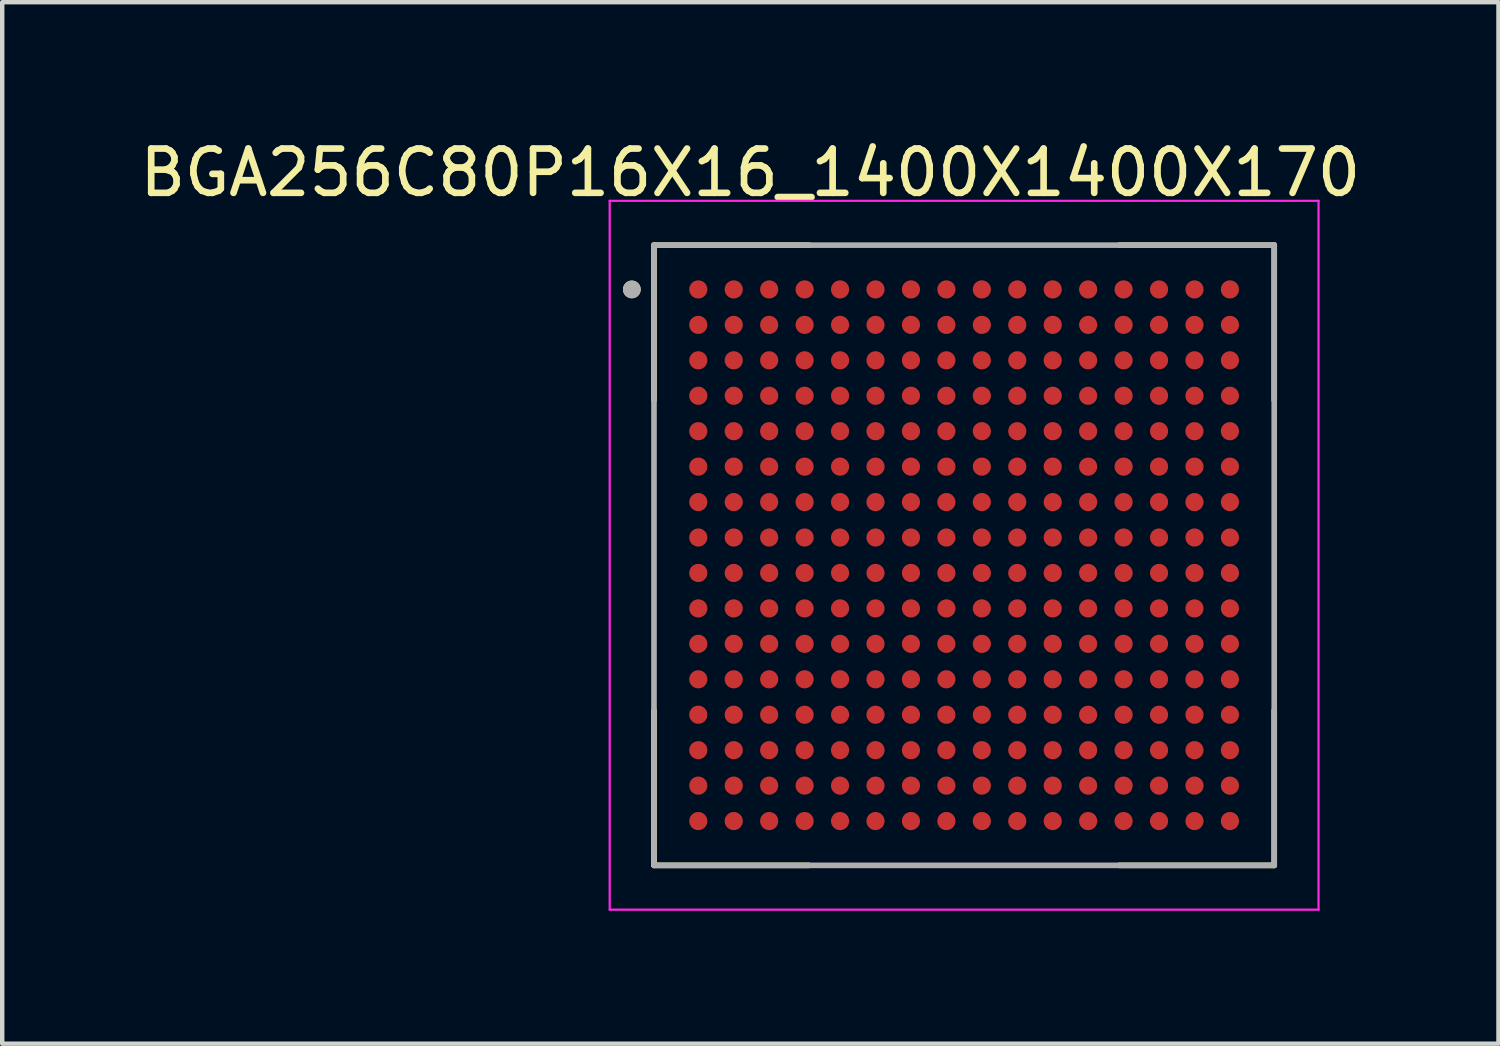
<source format=kicad_pcb>
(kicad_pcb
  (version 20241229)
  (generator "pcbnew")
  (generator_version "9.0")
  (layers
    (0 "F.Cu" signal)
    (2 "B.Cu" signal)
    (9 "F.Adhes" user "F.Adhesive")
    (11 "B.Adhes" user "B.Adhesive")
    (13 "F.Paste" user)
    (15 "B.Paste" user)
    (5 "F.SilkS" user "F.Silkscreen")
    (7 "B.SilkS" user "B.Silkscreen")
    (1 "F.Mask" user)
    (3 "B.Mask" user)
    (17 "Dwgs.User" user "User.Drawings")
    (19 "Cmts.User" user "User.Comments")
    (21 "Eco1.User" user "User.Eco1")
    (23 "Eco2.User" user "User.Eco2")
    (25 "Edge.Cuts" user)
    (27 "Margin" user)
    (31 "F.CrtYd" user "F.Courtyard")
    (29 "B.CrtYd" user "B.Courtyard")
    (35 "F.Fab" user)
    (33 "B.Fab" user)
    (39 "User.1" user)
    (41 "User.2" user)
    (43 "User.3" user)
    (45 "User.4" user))
  (footprint "BGA256C80P16X16_1400X1400X170"
    (layer "F.Cu")
    (at 18.712 9.483)
    (property "Reference" "BGA256C80P16X16_1400X1400X170" (at -4.825 -8.635 0) (layer "F.SilkS") (effects (font (size 1 1) (thickness 0.15))))
    (attr smd)
    (fp_line (start -7 -7) (end -7 -3.5) (stroke (width 0.127) (type solid)) (layer "F.SilkS"))
    (fp_line (start -7 -7) (end -3.5 -7) (stroke (width 0.127) (type solid)) (layer "F.SilkS"))
    (fp_line (start -7 7) (end -7 3.5) (stroke (width 0.127) (type solid)) (layer "F.SilkS"))
    (fp_line (start -7 7) (end -3.5 7) (stroke (width 0.127) (type solid)) (layer "F.SilkS"))
    (fp_line (start 7 -7) (end 3.5 -7) (stroke (width 0.127) (type solid)) (layer "F.SilkS"))
    (fp_line (start 7 -7) (end 7 -3.5) (stroke (width 0.127) (type solid)) (layer "F.SilkS"))
    (fp_line (start 7 7) (end 3.5 7) (stroke (width 0.127) (type solid)) (layer "F.SilkS"))
    (fp_line (start 7 7) (end 7 3.5) (stroke (width 0.127) (type solid)) (layer "F.SilkS"))
    (fp_circle (center -7.5 -6) (end -7.4 -6) (stroke (width 0.2) (type solid)) (fill no) (layer "F.SilkS"))
    (fp_line (start -8 -8) (end 8 -8) (stroke (width 0.05) (type solid)) (layer "F.CrtYd"))
    (fp_line (start -8 8) (end -8 -8) (stroke (width 0.05) (type solid)) (layer "F.CrtYd"))
    (fp_line (start -8 8) (end 8 8) (stroke (width 0.05) (type solid)) (layer "F.CrtYd"))
    (fp_line (start 8 8) (end 8 -8) (stroke (width 0.05) (type solid)) (layer "F.CrtYd"))
    (fp_line (start -7 7) (end -7 -7) (stroke (width 0.127) (type solid)) (layer "F.Fab"))
    (fp_line (start 7 -7) (end -7 -7) (stroke (width 0.127) (type solid)) (layer "F.Fab"))
    (fp_line (start 7 7) (end -7 7) (stroke (width 0.127) (type solid)) (layer "F.Fab"))
    (fp_line (start 7 7) (end 7 -7) (stroke (width 0.127) (type solid)) (layer "F.Fab"))
    (fp_circle (center -7.5 -6) (end -7.4 -6) (stroke (width 0.2) (type solid)) (fill no) (layer "F.Fab"))
    (pad "A1" smd circle (at -6 -6) (size 0.41 0.41) (layers "F.Cu" "F.Mask" "F.Paste"))
    (pad "A2" smd circle (at -5.2 -6) (size 0.41 0.41) (layers "F.Cu" "F.Mask" "F.Paste"))
    (pad "A3" smd circle (at -4.4 -6) (size 0.41 0.41) (layers "F.Cu" "F.Mask" "F.Paste"))
    (pad "A4" smd circle (at -3.6 -6) (size 0.41 0.41) (layers "F.Cu" "F.Mask" "F.Paste"))
    (pad "A5" smd circle (at -2.8 -6) (size 0.41 0.41) (layers "F.Cu" "F.Mask" "F.Paste"))
    (pad "A6" smd circle (at -2 -6) (size 0.41 0.41) (layers "F.Cu" "F.Mask" "F.Paste"))
    (pad "A7" smd circle (at -1.2 -6) (size 0.41 0.41) (layers "F.Cu" "F.Mask" "F.Paste"))
    (pad "A8" smd circle (at -0.4 -6) (size 0.41 0.41) (layers "F.Cu" "F.Mask" "F.Paste"))
    (pad "A9" smd circle (at 0.4 -6) (size 0.41 0.41) (layers "F.Cu" "F.Mask" "F.Paste"))
    (pad "A10" smd circle (at 1.2 -6) (size 0.41 0.41) (layers "F.Cu" "F.Mask" "F.Paste"))
    (pad "A11" smd circle (at 2 -6) (size 0.41 0.41) (layers "F.Cu" "F.Mask" "F.Paste"))
    (pad "A12" smd circle (at 2.8 -6) (size 0.41 0.41) (layers "F.Cu" "F.Mask" "F.Paste"))
    (pad "A13" smd circle (at 3.6 -6) (size 0.41 0.41) (layers "F.Cu" "F.Mask" "F.Paste"))
    (pad "A14" smd circle (at 4.4 -6) (size 0.41 0.41) (layers "F.Cu" "F.Mask" "F.Paste"))
    (pad "A15" smd circle (at 5.2 -6) (size 0.41 0.41) (layers "F.Cu" "F.Mask" "F.Paste"))
    (pad "A16" smd circle (at 6 -6) (size 0.41 0.41) (layers "F.Cu" "F.Mask" "F.Paste"))
    (pad "B1" smd circle (at -6 -5.2) (size 0.41 0.41) (layers "F.Cu" "F.Mask" "F.Paste"))
    (pad "B2" smd circle (at -5.2 -5.2) (size 0.41 0.41) (layers "F.Cu" "F.Mask" "F.Paste"))
    (pad "B3" smd circle (at -4.4 -5.2) (size 0.41 0.41) (layers "F.Cu" "F.Mask" "F.Paste"))
    (pad "B4" smd circle (at -3.6 -5.2) (size 0.41 0.41) (layers "F.Cu" "F.Mask" "F.Paste"))
    (pad "B5" smd circle (at -2.8 -5.2) (size 0.41 0.41) (layers "F.Cu" "F.Mask" "F.Paste"))
    (pad "B6" smd circle (at -2 -5.2) (size 0.41 0.41) (layers "F.Cu" "F.Mask" "F.Paste"))
    (pad "B7" smd circle (at -1.2 -5.2) (size 0.41 0.41) (layers "F.Cu" "F.Mask" "F.Paste"))
    (pad "B8" smd circle (at -0.4 -5.2) (size 0.41 0.41) (layers "F.Cu" "F.Mask" "F.Paste"))
    (pad "B9" smd circle (at 0.4 -5.2) (size 0.41 0.41) (layers "F.Cu" "F.Mask" "F.Paste"))
    (pad "B10" smd circle (at 1.2 -5.2) (size 0.41 0.41) (layers "F.Cu" "F.Mask" "F.Paste"))
    (pad "B11" smd circle (at 2 -5.2) (size 0.41 0.41) (layers "F.Cu" "F.Mask" "F.Paste"))
    (pad "B12" smd circle (at 2.8 -5.2) (size 0.41 0.41) (layers "F.Cu" "F.Mask" "F.Paste"))
    (pad "B13" smd circle (at 3.6 -5.2) (size 0.41 0.41) (layers "F.Cu" "F.Mask" "F.Paste"))
    (pad "B14" smd circle (at 4.4 -5.2) (size 0.41 0.41) (layers "F.Cu" "F.Mask" "F.Paste"))
    (pad "B15" smd circle (at 5.2 -5.2) (size 0.41 0.41) (layers "F.Cu" "F.Mask" "F.Paste"))
    (pad "B16" smd circle (at 6 -5.2) (size 0.41 0.41) (layers "F.Cu" "F.Mask" "F.Paste"))
    (pad "C1" smd circle (at -6 -4.4) (size 0.41 0.41) (layers "F.Cu" "F.Mask" "F.Paste"))
    (pad "C2" smd circle (at -5.2 -4.4) (size 0.41 0.41) (layers "F.Cu" "F.Mask" "F.Paste"))
    (pad "C3" smd circle (at -4.4 -4.4) (size 0.41 0.41) (layers "F.Cu" "F.Mask" "F.Paste"))
    (pad "C4" smd circle (at -3.6 -4.4) (size 0.41 0.41) (layers "F.Cu" "F.Mask" "F.Paste"))
    (pad "C5" smd circle (at -2.8 -4.4) (size 0.41 0.41) (layers "F.Cu" "F.Mask" "F.Paste"))
    (pad "C6" smd circle (at -2 -4.4) (size 0.41 0.41) (layers "F.Cu" "F.Mask" "F.Paste"))
    (pad "C7" smd circle (at -1.2 -4.4) (size 0.41 0.41) (layers "F.Cu" "F.Mask" "F.Paste"))
    (pad "C8" smd circle (at -0.4 -4.4) (size 0.41 0.41) (layers "F.Cu" "F.Mask" "F.Paste"))
    (pad "C9" smd circle (at 0.4 -4.4) (size 0.41 0.41) (layers "F.Cu" "F.Mask" "F.Paste"))
    (pad "C10" smd circle (at 1.2 -4.4) (size 0.41 0.41) (layers "F.Cu" "F.Mask" "F.Paste"))
    (pad "C11" smd circle (at 2 -4.4) (size 0.41 0.41) (layers "F.Cu" "F.Mask" "F.Paste"))
    (pad "C12" smd circle (at 2.8 -4.4) (size 0.41 0.41) (layers "F.Cu" "F.Mask" "F.Paste"))
    (pad "C13" smd circle (at 3.6 -4.4) (size 0.41 0.41) (layers "F.Cu" "F.Mask" "F.Paste"))
    (pad "C14" smd circle (at 4.4 -4.4) (size 0.41 0.41) (layers "F.Cu" "F.Mask" "F.Paste"))
    (pad "C15" smd circle (at 5.2 -4.4) (size 0.41 0.41) (layers "F.Cu" "F.Mask" "F.Paste"))
    (pad "C16" smd circle (at 6 -4.4) (size 0.41 0.41) (layers "F.Cu" "F.Mask" "F.Paste"))
    (pad "D1" smd circle (at -6 -3.6) (size 0.41 0.41) (layers "F.Cu" "F.Mask" "F.Paste"))
    (pad "D2" smd circle (at -5.2 -3.6) (size 0.41 0.41) (layers "F.Cu" "F.Mask" "F.Paste"))
    (pad "D3" smd circle (at -4.4 -3.6) (size 0.41 0.41) (layers "F.Cu" "F.Mask" "F.Paste"))
    (pad "D4" smd circle (at -3.6 -3.6) (size 0.41 0.41) (layers "F.Cu" "F.Mask" "F.Paste"))
    (pad "D5" smd circle (at -2.8 -3.6) (size 0.41 0.41) (layers "F.Cu" "F.Mask" "F.Paste"))
    (pad "D6" smd circle (at -2 -3.6) (size 0.41 0.41) (layers "F.Cu" "F.Mask" "F.Paste"))
    (pad "D7" smd circle (at -1.2 -3.6) (size 0.41 0.41) (layers "F.Cu" "F.Mask" "F.Paste"))
    (pad "D8" smd circle (at -0.4 -3.6) (size 0.41 0.41) (layers "F.Cu" "F.Mask" "F.Paste"))
    (pad "D9" smd circle (at 0.4 -3.6) (size 0.41 0.41) (layers "F.Cu" "F.Mask" "F.Paste"))
    (pad "D10" smd circle (at 1.2 -3.6) (size 0.41 0.41) (layers "F.Cu" "F.Mask" "F.Paste"))
    (pad "D11" smd circle (at 2 -3.6) (size 0.41 0.41) (layers "F.Cu" "F.Mask" "F.Paste"))
    (pad "D12" smd circle (at 2.8 -3.6) (size 0.41 0.41) (layers "F.Cu" "F.Mask" "F.Paste"))
    (pad "D13" smd circle (at 3.6 -3.6) (size 0.41 0.41) (layers "F.Cu" "F.Mask" "F.Paste"))
    (pad "D14" smd circle (at 4.4 -3.6) (size 0.41 0.41) (layers "F.Cu" "F.Mask" "F.Paste"))
    (pad "D15" smd circle (at 5.2 -3.6) (size 0.41 0.41) (layers "F.Cu" "F.Mask" "F.Paste"))
    (pad "D16" smd circle (at 6 -3.6) (size 0.41 0.41) (layers "F.Cu" "F.Mask" "F.Paste"))
    (pad "E1" smd circle (at -6 -2.8) (size 0.41 0.41) (layers "F.Cu" "F.Mask" "F.Paste"))
    (pad "E2" smd circle (at -5.2 -2.8) (size 0.41 0.41) (layers "F.Cu" "F.Mask" "F.Paste"))
    (pad "E3" smd circle (at -4.4 -2.8) (size 0.41 0.41) (layers "F.Cu" "F.Mask" "F.Paste"))
    (pad "E4" smd circle (at -3.6 -2.8) (size 0.41 0.41) (layers "F.Cu" "F.Mask" "F.Paste"))
    (pad "E5" smd circle (at -2.8 -2.8) (size 0.41 0.41) (layers "F.Cu" "F.Mask" "F.Paste"))
    (pad "E6" smd circle (at -2 -2.8) (size 0.41 0.41) (layers "F.Cu" "F.Mask" "F.Paste"))
    (pad "E7" smd circle (at -1.2 -2.8) (size 0.41 0.41) (layers "F.Cu" "F.Mask" "F.Paste"))
    (pad "E8" smd circle (at -0.4 -2.8) (size 0.41 0.41) (layers "F.Cu" "F.Mask" "F.Paste"))
    (pad "E9" smd circle (at 0.4 -2.8) (size 0.41 0.41) (layers "F.Cu" "F.Mask" "F.Paste"))
    (pad "E10" smd circle (at 1.2 -2.8) (size 0.41 0.41) (layers "F.Cu" "F.Mask" "F.Paste"))
    (pad "E11" smd circle (at 2 -2.8) (size 0.41 0.41) (layers "F.Cu" "F.Mask" "F.Paste"))
    (pad "E12" smd circle (at 2.8 -2.8) (size 0.41 0.41) (layers "F.Cu" "F.Mask" "F.Paste"))
    (pad "E13" smd circle (at 3.6 -2.8) (size 0.41 0.41) (layers "F.Cu" "F.Mask" "F.Paste"))
    (pad "E14" smd circle (at 4.4 -2.8) (size 0.41 0.41) (layers "F.Cu" "F.Mask" "F.Paste"))
    (pad "E15" smd circle (at 5.2 -2.8) (size 0.41 0.41) (layers "F.Cu" "F.Mask" "F.Paste"))
    (pad "E16" smd circle (at 6 -2.8) (size 0.41 0.41) (layers "F.Cu" "F.Mask" "F.Paste"))
    (pad "F1" smd circle (at -6 -2) (size 0.41 0.41) (layers "F.Cu" "F.Mask" "F.Paste"))
    (pad "F2" smd circle (at -5.2 -2) (size 0.41 0.41) (layers "F.Cu" "F.Mask" "F.Paste"))
    (pad "F3" smd circle (at -4.4 -2) (size 0.41 0.41) (layers "F.Cu" "F.Mask" "F.Paste"))
    (pad "F4" smd circle (at -3.6 -2) (size 0.41 0.41) (layers "F.Cu" "F.Mask" "F.Paste"))
    (pad "F5" smd circle (at -2.8 -2) (size 0.41 0.41) (layers "F.Cu" "F.Mask" "F.Paste"))
    (pad "F6" smd circle (at -2 -2) (size 0.41 0.41) (layers "F.Cu" "F.Mask" "F.Paste"))
    (pad "F7" smd circle (at -1.2 -2) (size 0.41 0.41) (layers "F.Cu" "F.Mask" "F.Paste"))
    (pad "F8" smd circle (at -0.4 -2) (size 0.41 0.41) (layers "F.Cu" "F.Mask" "F.Paste"))
    (pad "F9" smd circle (at 0.4 -2) (size 0.41 0.41) (layers "F.Cu" "F.Mask" "F.Paste"))
    (pad "F10" smd circle (at 1.2 -2) (size 0.41 0.41) (layers "F.Cu" "F.Mask" "F.Paste"))
    (pad "F11" smd circle (at 2 -2) (size 0.41 0.41) (layers "F.Cu" "F.Mask" "F.Paste"))
    (pad "F12" smd circle (at 2.8 -2) (size 0.41 0.41) (layers "F.Cu" "F.Mask" "F.Paste"))
    (pad "F13" smd circle (at 3.6 -2) (size 0.41 0.41) (layers "F.Cu" "F.Mask" "F.Paste"))
    (pad "F14" smd circle (at 4.4 -2) (size 0.41 0.41) (layers "F.Cu" "F.Mask" "F.Paste"))
    (pad "F15" smd circle (at 5.2 -2) (size 0.41 0.41) (layers "F.Cu" "F.Mask" "F.Paste"))
    (pad "F16" smd circle (at 6 -2) (size 0.41 0.41) (layers "F.Cu" "F.Mask" "F.Paste"))
    (pad "G1" smd circle (at -6 -1.2) (size 0.41 0.41) (layers "F.Cu" "F.Mask" "F.Paste"))
    (pad "G2" smd circle (at -5.2 -1.2) (size 0.41 0.41) (layers "F.Cu" "F.Mask" "F.Paste"))
    (pad "G3" smd circle (at -4.4 -1.2) (size 0.41 0.41) (layers "F.Cu" "F.Mask" "F.Paste"))
    (pad "G4" smd circle (at -3.6 -1.2) (size 0.41 0.41) (layers "F.Cu" "F.Mask" "F.Paste"))
    (pad "G5" smd circle (at -2.8 -1.2) (size 0.41 0.41) (layers "F.Cu" "F.Mask" "F.Paste"))
    (pad "G6" smd circle (at -2 -1.2) (size 0.41 0.41) (layers "F.Cu" "F.Mask" "F.Paste"))
    (pad "G7" smd circle (at -1.2 -1.2) (size 0.41 0.41) (layers "F.Cu" "F.Mask" "F.Paste"))
    (pad "G8" smd circle (at -0.4 -1.2) (size 0.41 0.41) (layers "F.Cu" "F.Mask" "F.Paste"))
    (pad "G9" smd circle (at 0.4 -1.2) (size 0.41 0.41) (layers "F.Cu" "F.Mask" "F.Paste"))
    (pad "G10" smd circle (at 1.2 -1.2) (size 0.41 0.41) (layers "F.Cu" "F.Mask" "F.Paste"))
    (pad "G11" smd circle (at 2 -1.2) (size 0.41 0.41) (layers "F.Cu" "F.Mask" "F.Paste"))
    (pad "G12" smd circle (at 2.8 -1.2) (size 0.41 0.41) (layers "F.Cu" "F.Mask" "F.Paste"))
    (pad "G13" smd circle (at 3.6 -1.2) (size 0.41 0.41) (layers "F.Cu" "F.Mask" "F.Paste"))
    (pad "G14" smd circle (at 4.4 -1.2) (size 0.41 0.41) (layers "F.Cu" "F.Mask" "F.Paste"))
    (pad "G15" smd circle (at 5.2 -1.2) (size 0.41 0.41) (layers "F.Cu" "F.Mask" "F.Paste"))
    (pad "G16" smd circle (at 6 -1.2) (size 0.41 0.41) (layers "F.Cu" "F.Mask" "F.Paste"))
    (pad "H1" smd circle (at -6 -0.4) (size 0.41 0.41) (layers "F.Cu" "F.Mask" "F.Paste"))
    (pad "H2" smd circle (at -5.2 -0.4) (size 0.41 0.41) (layers "F.Cu" "F.Mask" "F.Paste"))
    (pad "H3" smd circle (at -4.4 -0.4) (size 0.41 0.41) (layers "F.Cu" "F.Mask" "F.Paste"))
    (pad "H4" smd circle (at -3.6 -0.4) (size 0.41 0.41) (layers "F.Cu" "F.Mask" "F.Paste"))
    (pad "H5" smd circle (at -2.8 -0.4) (size 0.41 0.41) (layers "F.Cu" "F.Mask" "F.Paste"))
    (pad "H6" smd circle (at -2 -0.4) (size 0.41 0.41) (layers "F.Cu" "F.Mask" "F.Paste"))
    (pad "H7" smd circle (at -1.2 -0.4) (size 0.41 0.41) (layers "F.Cu" "F.Mask" "F.Paste"))
    (pad "H8" smd circle (at -0.4 -0.4) (size 0.41 0.41) (layers "F.Cu" "F.Mask" "F.Paste"))
    (pad "H9" smd circle (at 0.4 -0.4) (size 0.41 0.41) (layers "F.Cu" "F.Mask" "F.Paste"))
    (pad "H10" smd circle (at 1.2 -0.4) (size 0.41 0.41) (layers "F.Cu" "F.Mask" "F.Paste"))
    (pad "H11" smd circle (at 2 -0.4) (size 0.41 0.41) (layers "F.Cu" "F.Mask" "F.Paste"))
    (pad "H12" smd circle (at 2.8 -0.4) (size 0.41 0.41) (layers "F.Cu" "F.Mask" "F.Paste"))
    (pad "H13" smd circle (at 3.6 -0.4) (size 0.41 0.41) (layers "F.Cu" "F.Mask" "F.Paste"))
    (pad "H14" smd circle (at 4.4 -0.4) (size 0.41 0.41) (layers "F.Cu" "F.Mask" "F.Paste"))
    (pad "H15" smd circle (at 5.2 -0.4) (size 0.41 0.41) (layers "F.Cu" "F.Mask" "F.Paste"))
    (pad "H16" smd circle (at 6 -0.4) (size 0.41 0.41) (layers "F.Cu" "F.Mask" "F.Paste"))
    (pad "J1" smd circle (at -6 0.4) (size 0.41 0.41) (layers "F.Cu" "F.Mask" "F.Paste"))
    (pad "J2" smd circle (at -5.2 0.4) (size 0.41 0.41) (layers "F.Cu" "F.Mask" "F.Paste"))
    (pad "J3" smd circle (at -4.4 0.4) (size 0.41 0.41) (layers "F.Cu" "F.Mask" "F.Paste"))
    (pad "J4" smd circle (at -3.6 0.4) (size 0.41 0.41) (layers "F.Cu" "F.Mask" "F.Paste"))
    (pad "J5" smd circle (at -2.8 0.4) (size 0.41 0.41) (layers "F.Cu" "F.Mask" "F.Paste"))
    (pad "J6" smd circle (at -2 0.4) (size 0.41 0.41) (layers "F.Cu" "F.Mask" "F.Paste"))
    (pad "J7" smd circle (at -1.2 0.4) (size 0.41 0.41) (layers "F.Cu" "F.Mask" "F.Paste"))
    (pad "J8" smd circle (at -0.4 0.4) (size 0.41 0.41) (layers "F.Cu" "F.Mask" "F.Paste"))
    (pad "J9" smd circle (at 0.4 0.4) (size 0.41 0.41) (layers "F.Cu" "F.Mask" "F.Paste"))
    (pad "J10" smd circle (at 1.2 0.4) (size 0.41 0.41) (layers "F.Cu" "F.Mask" "F.Paste"))
    (pad "J11" smd circle (at 2 0.4) (size 0.41 0.41) (layers "F.Cu" "F.Mask" "F.Paste"))
    (pad "J12" smd circle (at 2.8 0.4) (size 0.41 0.41) (layers "F.Cu" "F.Mask" "F.Paste"))
    (pad "J13" smd circle (at 3.6 0.4) (size 0.41 0.41) (layers "F.Cu" "F.Mask" "F.Paste"))
    (pad "J14" smd circle (at 4.4 0.4) (size 0.41 0.41) (layers "F.Cu" "F.Mask" "F.Paste"))
    (pad "J15" smd circle (at 5.2 0.4) (size 0.41 0.41) (layers "F.Cu" "F.Mask" "F.Paste"))
    (pad "J16" smd circle (at 6 0.4) (size 0.41 0.41) (layers "F.Cu" "F.Mask" "F.Paste"))
    (pad "K1" smd circle (at -6 1.2) (size 0.41 0.41) (layers "F.Cu" "F.Mask" "F.Paste"))
    (pad "K2" smd circle (at -5.2 1.2) (size 0.41 0.41) (layers "F.Cu" "F.Mask" "F.Paste"))
    (pad "K3" smd circle (at -4.4 1.2) (size 0.41 0.41) (layers "F.Cu" "F.Mask" "F.Paste"))
    (pad "K4" smd circle (at -3.6 1.2) (size 0.41 0.41) (layers "F.Cu" "F.Mask" "F.Paste"))
    (pad "K5" smd circle (at -2.8 1.2) (size 0.41 0.41) (layers "F.Cu" "F.Mask" "F.Paste"))
    (pad "K6" smd circle (at -2 1.2) (size 0.41 0.41) (layers "F.Cu" "F.Mask" "F.Paste"))
    (pad "K7" smd circle (at -1.2 1.2) (size 0.41 0.41) (layers "F.Cu" "F.Mask" "F.Paste"))
    (pad "K8" smd circle (at -0.4 1.2) (size 0.41 0.41) (layers "F.Cu" "F.Mask" "F.Paste"))
    (pad "K9" smd circle (at 0.4 1.2) (size 0.41 0.41) (layers "F.Cu" "F.Mask" "F.Paste"))
    (pad "K10" smd circle (at 1.2 1.2) (size 0.41 0.41) (layers "F.Cu" "F.Mask" "F.Paste"))
    (pad "K11" smd circle (at 2 1.2) (size 0.41 0.41) (layers "F.Cu" "F.Mask" "F.Paste"))
    (pad "K12" smd circle (at 2.8 1.2) (size 0.41 0.41) (layers "F.Cu" "F.Mask" "F.Paste"))
    (pad "K13" smd circle (at 3.6 1.2) (size 0.41 0.41) (layers "F.Cu" "F.Mask" "F.Paste"))
    (pad "K14" smd circle (at 4.4 1.2) (size 0.41 0.41) (layers "F.Cu" "F.Mask" "F.Paste"))
    (pad "K15" smd circle (at 5.2 1.2) (size 0.41 0.41) (layers "F.Cu" "F.Mask" "F.Paste"))
    (pad "K16" smd circle (at 6 1.2) (size 0.41 0.41) (layers "F.Cu" "F.Mask" "F.Paste"))
    (pad "L1" smd circle (at -6 2) (size 0.41 0.41) (layers "F.Cu" "F.Mask" "F.Paste"))
    (pad "L2" smd circle (at -5.2 2) (size 0.41 0.41) (layers "F.Cu" "F.Mask" "F.Paste"))
    (pad "L3" smd circle (at -4.4 2) (size 0.41 0.41) (layers "F.Cu" "F.Mask" "F.Paste"))
    (pad "L4" smd circle (at -3.6 2) (size 0.41 0.41) (layers "F.Cu" "F.Mask" "F.Paste"))
    (pad "L5" smd circle (at -2.8 2) (size 0.41 0.41) (layers "F.Cu" "F.Mask" "F.Paste"))
    (pad "L6" smd circle (at -2 2) (size 0.41 0.41) (layers "F.Cu" "F.Mask" "F.Paste"))
    (pad "L7" smd circle (at -1.2 2) (size 0.41 0.41) (layers "F.Cu" "F.Mask" "F.Paste"))
    (pad "L8" smd circle (at -0.4 2) (size 0.41 0.41) (layers "F.Cu" "F.Mask" "F.Paste"))
    (pad "L9" smd circle (at 0.4 2) (size 0.41 0.41) (layers "F.Cu" "F.Mask" "F.Paste"))
    (pad "L10" smd circle (at 1.2 2) (size 0.41 0.41) (layers "F.Cu" "F.Mask" "F.Paste"))
    (pad "L11" smd circle (at 2 2) (size 0.41 0.41) (layers "F.Cu" "F.Mask" "F.Paste"))
    (pad "L12" smd circle (at 2.8 2) (size 0.41 0.41) (layers "F.Cu" "F.Mask" "F.Paste"))
    (pad "L13" smd circle (at 3.6 2) (size 0.41 0.41) (layers "F.Cu" "F.Mask" "F.Paste"))
    (pad "L14" smd circle (at 4.4 2) (size 0.41 0.41) (layers "F.Cu" "F.Mask" "F.Paste"))
    (pad "L15" smd circle (at 5.2 2) (size 0.41 0.41) (layers "F.Cu" "F.Mask" "F.Paste"))
    (pad "L16" smd circle (at 6 2) (size 0.41 0.41) (layers "F.Cu" "F.Mask" "F.Paste"))
    (pad "M1" smd circle (at -6 2.8) (size 0.41 0.41) (layers "F.Cu" "F.Mask" "F.Paste"))
    (pad "M2" smd circle (at -5.2 2.8) (size 0.41 0.41) (layers "F.Cu" "F.Mask" "F.Paste"))
    (pad "M3" smd circle (at -4.4 2.8) (size 0.41 0.41) (layers "F.Cu" "F.Mask" "F.Paste"))
    (pad "M4" smd circle (at -3.6 2.8) (size 0.41 0.41) (layers "F.Cu" "F.Mask" "F.Paste"))
    (pad "M5" smd circle (at -2.8 2.8) (size 0.41 0.41) (layers "F.Cu" "F.Mask" "F.Paste"))
    (pad "M6" smd circle (at -2 2.8) (size 0.41 0.41) (layers "F.Cu" "F.Mask" "F.Paste"))
    (pad "M7" smd circle (at -1.2 2.8) (size 0.41 0.41) (layers "F.Cu" "F.Mask" "F.Paste"))
    (pad "M8" smd circle (at -0.4 2.8) (size 0.41 0.41) (layers "F.Cu" "F.Mask" "F.Paste"))
    (pad "M9" smd circle (at 0.4 2.8) (size 0.41 0.41) (layers "F.Cu" "F.Mask" "F.Paste"))
    (pad "M10" smd circle (at 1.2 2.8) (size 0.41 0.41) (layers "F.Cu" "F.Mask" "F.Paste"))
    (pad "M11" smd circle (at 2 2.8) (size 0.41 0.41) (layers "F.Cu" "F.Mask" "F.Paste"))
    (pad "M12" smd circle (at 2.8 2.8) (size 0.41 0.41) (layers "F.Cu" "F.Mask" "F.Paste"))
    (pad "M13" smd circle (at 3.6 2.8) (size 0.41 0.41) (layers "F.Cu" "F.Mask" "F.Paste"))
    (pad "M14" smd circle (at 4.4 2.8) (size 0.41 0.41) (layers "F.Cu" "F.Mask" "F.Paste"))
    (pad "M15" smd circle (at 5.2 2.8) (size 0.41 0.41) (layers "F.Cu" "F.Mask" "F.Paste"))
    (pad "M16" smd circle (at 6 2.8) (size 0.41 0.41) (layers "F.Cu" "F.Mask" "F.Paste"))
    (pad "N1" smd circle (at -6 3.6) (size 0.41 0.41) (layers "F.Cu" "F.Mask" "F.Paste"))
    (pad "N2" smd circle (at -5.2 3.6) (size 0.41 0.41) (layers "F.Cu" "F.Mask" "F.Paste"))
    (pad "N3" smd circle (at -4.4 3.6) (size 0.41 0.41) (layers "F.Cu" "F.Mask" "F.Paste"))
    (pad "N4" smd circle (at -3.6 3.6) (size 0.41 0.41) (layers "F.Cu" "F.Mask" "F.Paste"))
    (pad "N5" smd circle (at -2.8 3.6) (size 0.41 0.41) (layers "F.Cu" "F.Mask" "F.Paste"))
    (pad "N6" smd circle (at -2 3.6) (size 0.41 0.41) (layers "F.Cu" "F.Mask" "F.Paste"))
    (pad "N7" smd circle (at -1.2 3.6) (size 0.41 0.41) (layers "F.Cu" "F.Mask" "F.Paste"))
    (pad "N8" smd circle (at -0.4 3.6) (size 0.41 0.41) (layers "F.Cu" "F.Mask" "F.Paste"))
    (pad "N9" smd circle (at 0.4 3.6) (size 0.41 0.41) (layers "F.Cu" "F.Mask" "F.Paste"))
    (pad "N10" smd circle (at 1.2 3.6) (size 0.41 0.41) (layers "F.Cu" "F.Mask" "F.Paste"))
    (pad "N11" smd circle (at 2 3.6) (size 0.41 0.41) (layers "F.Cu" "F.Mask" "F.Paste"))
    (pad "N12" smd circle (at 2.8 3.6) (size 0.41 0.41) (layers "F.Cu" "F.Mask" "F.Paste"))
    (pad "N13" smd circle (at 3.6 3.6) (size 0.41 0.41) (layers "F.Cu" "F.Mask" "F.Paste"))
    (pad "N14" smd circle (at 4.4 3.6) (size 0.41 0.41) (layers "F.Cu" "F.Mask" "F.Paste"))
    (pad "N15" smd circle (at 5.2 3.6) (size 0.41 0.41) (layers "F.Cu" "F.Mask" "F.Paste"))
    (pad "N16" smd circle (at 6 3.6) (size 0.41 0.41) (layers "F.Cu" "F.Mask" "F.Paste"))
    (pad "P1" smd circle (at -6 4.4) (size 0.41 0.41) (layers "F.Cu" "F.Mask" "F.Paste"))
    (pad "P2" smd circle (at -5.2 4.4) (size 0.41 0.41) (layers "F.Cu" "F.Mask" "F.Paste"))
    (pad "P3" smd circle (at -4.4 4.4) (size 0.41 0.41) (layers "F.Cu" "F.Mask" "F.Paste"))
    (pad "P4" smd circle (at -3.6 4.4) (size 0.41 0.41) (layers "F.Cu" "F.Mask" "F.Paste"))
    (pad "P5" smd circle (at -2.8 4.4) (size 0.41 0.41) (layers "F.Cu" "F.Mask" "F.Paste"))
    (pad "P6" smd circle (at -2 4.4) (size 0.41 0.41) (layers "F.Cu" "F.Mask" "F.Paste"))
    (pad "P7" smd circle (at -1.2 4.4) (size 0.41 0.41) (layers "F.Cu" "F.Mask" "F.Paste"))
    (pad "P8" smd circle (at -0.4 4.4) (size 0.41 0.41) (layers "F.Cu" "F.Mask" "F.Paste"))
    (pad "P9" smd circle (at 0.4 4.4) (size 0.41 0.41) (layers "F.Cu" "F.Mask" "F.Paste"))
    (pad "P10" smd circle (at 1.2 4.4) (size 0.41 0.41) (layers "F.Cu" "F.Mask" "F.Paste"))
    (pad "P11" smd circle (at 2 4.4) (size 0.41 0.41) (layers "F.Cu" "F.Mask" "F.Paste"))
    (pad "P12" smd circle (at 2.8 4.4) (size 0.41 0.41) (layers "F.Cu" "F.Mask" "F.Paste"))
    (pad "P13" smd circle (at 3.6 4.4) (size 0.41 0.41) (layers "F.Cu" "F.Mask" "F.Paste"))
    (pad "P14" smd circle (at 4.4 4.4) (size 0.41 0.41) (layers "F.Cu" "F.Mask" "F.Paste"))
    (pad "P15" smd circle (at 5.2 4.4) (size 0.41 0.41) (layers "F.Cu" "F.Mask" "F.Paste"))
    (pad "P16" smd circle (at 6 4.4) (size 0.41 0.41) (layers "F.Cu" "F.Mask" "F.Paste"))
    (pad "R1" smd circle (at -6 5.2) (size 0.41 0.41) (layers "F.Cu" "F.Mask" "F.Paste"))
    (pad "R2" smd circle (at -5.2 5.2) (size 0.41 0.41) (layers "F.Cu" "F.Mask" "F.Paste"))
    (pad "R3" smd circle (at -4.4 5.2) (size 0.41 0.41) (layers "F.Cu" "F.Mask" "F.Paste"))
    (pad "R4" smd circle (at -3.6 5.2) (size 0.41 0.41) (layers "F.Cu" "F.Mask" "F.Paste"))
    (pad "R5" smd circle (at -2.8 5.2) (size 0.41 0.41) (layers "F.Cu" "F.Mask" "F.Paste"))
    (pad "R6" smd circle (at -2 5.2) (size 0.41 0.41) (layers "F.Cu" "F.Mask" "F.Paste"))
    (pad "R7" smd circle (at -1.2 5.2) (size 0.41 0.41) (layers "F.Cu" "F.Mask" "F.Paste"))
    (pad "R8" smd circle (at -0.4 5.2) (size 0.41 0.41) (layers "F.Cu" "F.Mask" "F.Paste"))
    (pad "R9" smd circle (at 0.4 5.2) (size 0.41 0.41) (layers "F.Cu" "F.Mask" "F.Paste"))
    (pad "R10" smd circle (at 1.2 5.2) (size 0.41 0.41) (layers "F.Cu" "F.Mask" "F.Paste"))
    (pad "R11" smd circle (at 2 5.2) (size 0.41 0.41) (layers "F.Cu" "F.Mask" "F.Paste"))
    (pad "R12" smd circle (at 2.8 5.2) (size 0.41 0.41) (layers "F.Cu" "F.Mask" "F.Paste"))
    (pad "R13" smd circle (at 3.6 5.2) (size 0.41 0.41) (layers "F.Cu" "F.Mask" "F.Paste"))
    (pad "R14" smd circle (at 4.4 5.2) (size 0.41 0.41) (layers "F.Cu" "F.Mask" "F.Paste"))
    (pad "R15" smd circle (at 5.2 5.2) (size 0.41 0.41) (layers "F.Cu" "F.Mask" "F.Paste"))
    (pad "R16" smd circle (at 6 5.2) (size 0.41 0.41) (layers "F.Cu" "F.Mask" "F.Paste"))
    (pad "T1" smd circle (at -6 6) (size 0.41 0.41) (layers "F.Cu" "F.Mask" "F.Paste"))
    (pad "T2" smd circle (at -5.2 6) (size 0.41 0.41) (layers "F.Cu" "F.Mask" "F.Paste"))
    (pad "T3" smd circle (at -4.4 6) (size 0.41 0.41) (layers "F.Cu" "F.Mask" "F.Paste"))
    (pad "T4" smd circle (at -3.6 6) (size 0.41 0.41) (layers "F.Cu" "F.Mask" "F.Paste"))
    (pad "T5" smd circle (at -2.8 6) (size 0.41 0.41) (layers "F.Cu" "F.Mask" "F.Paste"))
    (pad "T6" smd circle (at -2 6) (size 0.41 0.41) (layers "F.Cu" "F.Mask" "F.Paste"))
    (pad "T7" smd circle (at -1.2 6) (size 0.41 0.41) (layers "F.Cu" "F.Mask" "F.Paste"))
    (pad "T8" smd circle (at -0.4 6) (size 0.41 0.41) (layers "F.Cu" "F.Mask" "F.Paste"))
    (pad "T9" smd circle (at 0.4 6) (size 0.41 0.41) (layers "F.Cu" "F.Mask" "F.Paste"))
    (pad "T10" smd circle (at 1.2 6) (size 0.41 0.41) (layers "F.Cu" "F.Mask" "F.Paste"))
    (pad "T11" smd circle (at 2 6) (size 0.41 0.41) (layers "F.Cu" "F.Mask" "F.Paste"))
    (pad "T12" smd circle (at 2.8 6) (size 0.41 0.41) (layers "F.Cu" "F.Mask" "F.Paste"))
    (pad "T13" smd circle (at 3.6 6) (size 0.41 0.41) (layers "F.Cu" "F.Mask" "F.Paste"))
    (pad "T14" smd circle (at 4.4 6) (size 0.41 0.41) (layers "F.Cu" "F.Mask" "F.Paste"))
    (pad "T15" smd circle (at 5.2 6) (size 0.41 0.41) (layers "F.Cu" "F.Mask" "F.Paste"))
    (pad "T16" smd circle (at 6 6) (size 0.41 0.41) (layers "F.Cu" "F.Mask" "F.Paste")))
  (gr_rect
    (start -3 -3)
    (end 30.774 20.508)
    (stroke (width 0.1) (type default))
    (fill no)
    (layer "Edge.Cuts")))
</source>
